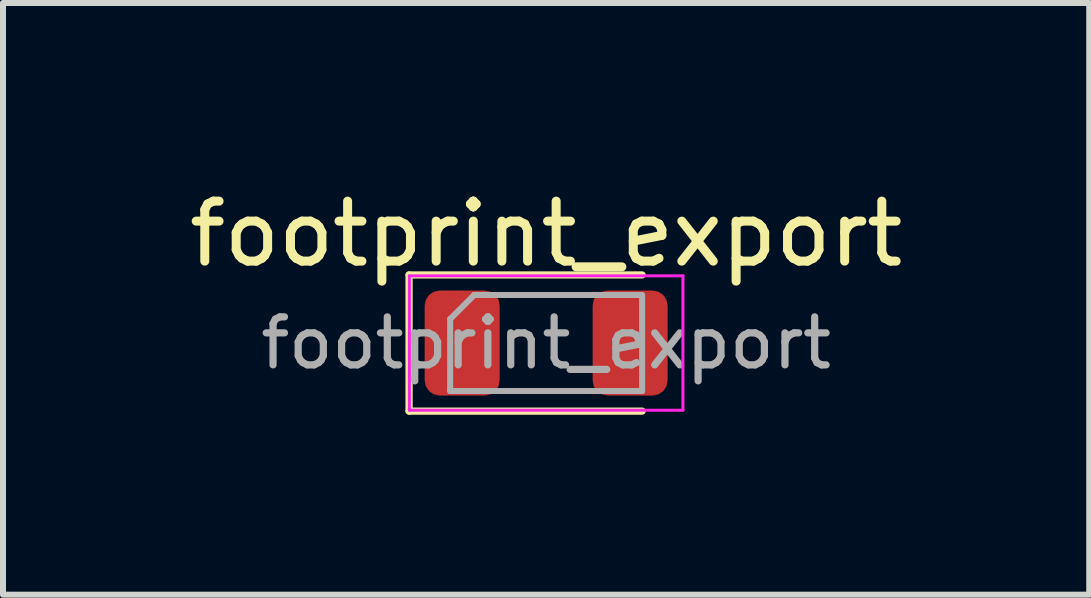
<source format=kicad_pcb>
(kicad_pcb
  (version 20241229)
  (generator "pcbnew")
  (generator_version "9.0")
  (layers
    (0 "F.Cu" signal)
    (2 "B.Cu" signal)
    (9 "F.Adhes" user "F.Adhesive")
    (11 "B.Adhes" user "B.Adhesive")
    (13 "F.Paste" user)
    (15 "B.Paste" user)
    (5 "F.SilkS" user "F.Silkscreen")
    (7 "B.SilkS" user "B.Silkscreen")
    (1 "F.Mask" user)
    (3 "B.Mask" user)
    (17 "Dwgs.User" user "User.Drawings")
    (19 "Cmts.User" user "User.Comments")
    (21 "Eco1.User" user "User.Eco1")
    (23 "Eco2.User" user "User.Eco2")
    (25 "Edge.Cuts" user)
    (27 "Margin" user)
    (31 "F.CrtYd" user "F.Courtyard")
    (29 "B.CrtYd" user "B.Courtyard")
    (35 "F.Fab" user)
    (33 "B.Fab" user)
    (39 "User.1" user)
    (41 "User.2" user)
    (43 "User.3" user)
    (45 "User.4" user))
  (footprint "footprint_export"
    (layer "F.Cu")
    (at 6.054 2.668)
    (property "Reference" "footprint_export" (at 0 -1.82 0) (layer "F.SilkS") (effects (font (size 1 1) (thickness 0.15))))
    (attr smd)
    (fp_line (start -2.285 -1.135) (end -2.285 1.135) (stroke (width 0.12) (type solid)) (layer "F.SilkS"))
    (fp_line (start -2.285 1.135) (end 1.6 1.135) (stroke (width 0.12) (type solid)) (layer "F.SilkS"))
    (fp_line (start 1.6 -1.135) (end -2.285 -1.135) (stroke (width 0.12) (type solid)) (layer "F.SilkS"))
    (fp_line (start -2.28 -1.12) (end 2.28 -1.12) (stroke (width 0.05) (type solid)) (layer "F.CrtYd"))
    (fp_line (start -2.28 1.12) (end -2.28 -1.12) (stroke (width 0.05) (type solid)) (layer "F.CrtYd"))
    (fp_line (start 2.28 -1.12) (end 2.28 1.12) (stroke (width 0.05) (type solid)) (layer "F.CrtYd"))
    (fp_line (start 2.28 1.12) (end -2.28 1.12) (stroke (width 0.05) (type solid)) (layer "F.CrtYd"))
    (fp_line (start -1.6 -0.4) (end -1.6 0.8) (stroke (width 0.1) (type solid)) (layer "F.Fab"))
    (fp_line (start -1.6 0.8) (end 1.6 0.8) (stroke (width 0.1) (type solid)) (layer "F.Fab"))
    (fp_line (start -1.2 -0.8) (end -1.6 -0.4) (stroke (width 0.1) (type solid)) (layer "F.Fab"))
    (fp_line (start 1.6 -0.8) (end -1.2 -0.8) (stroke (width 0.1) (type solid)) (layer "F.Fab"))
    (fp_line (start 1.6 0.8) (end 1.6 -0.8) (stroke (width 0.1) (type solid)) (layer "F.Fab"))
    (fp_text user "${REFERENCE}" (at 0 0 0) (layer "F.Fab") (effects (font (size 0.8 0.8) (thickness 0.12))))
    (pad "1" smd roundrect (at -1.4 0) (size 1.25 1.75) (layers "F.Cu" "F.Mask" "F.Paste") (roundrect_rratio 0.2))
    (pad "2" smd roundrect (at 1.4 0) (size 1.25 1.75) (layers "F.Cu" "F.Mask" "F.Paste") (roundrect_rratio 0.2)))
  (gr_rect
    (start -3 -3)
    (end 15.107 6.863)
    (stroke (width 0.1) (type default))
    (fill no)
    (layer "Edge.Cuts")))
</source>
